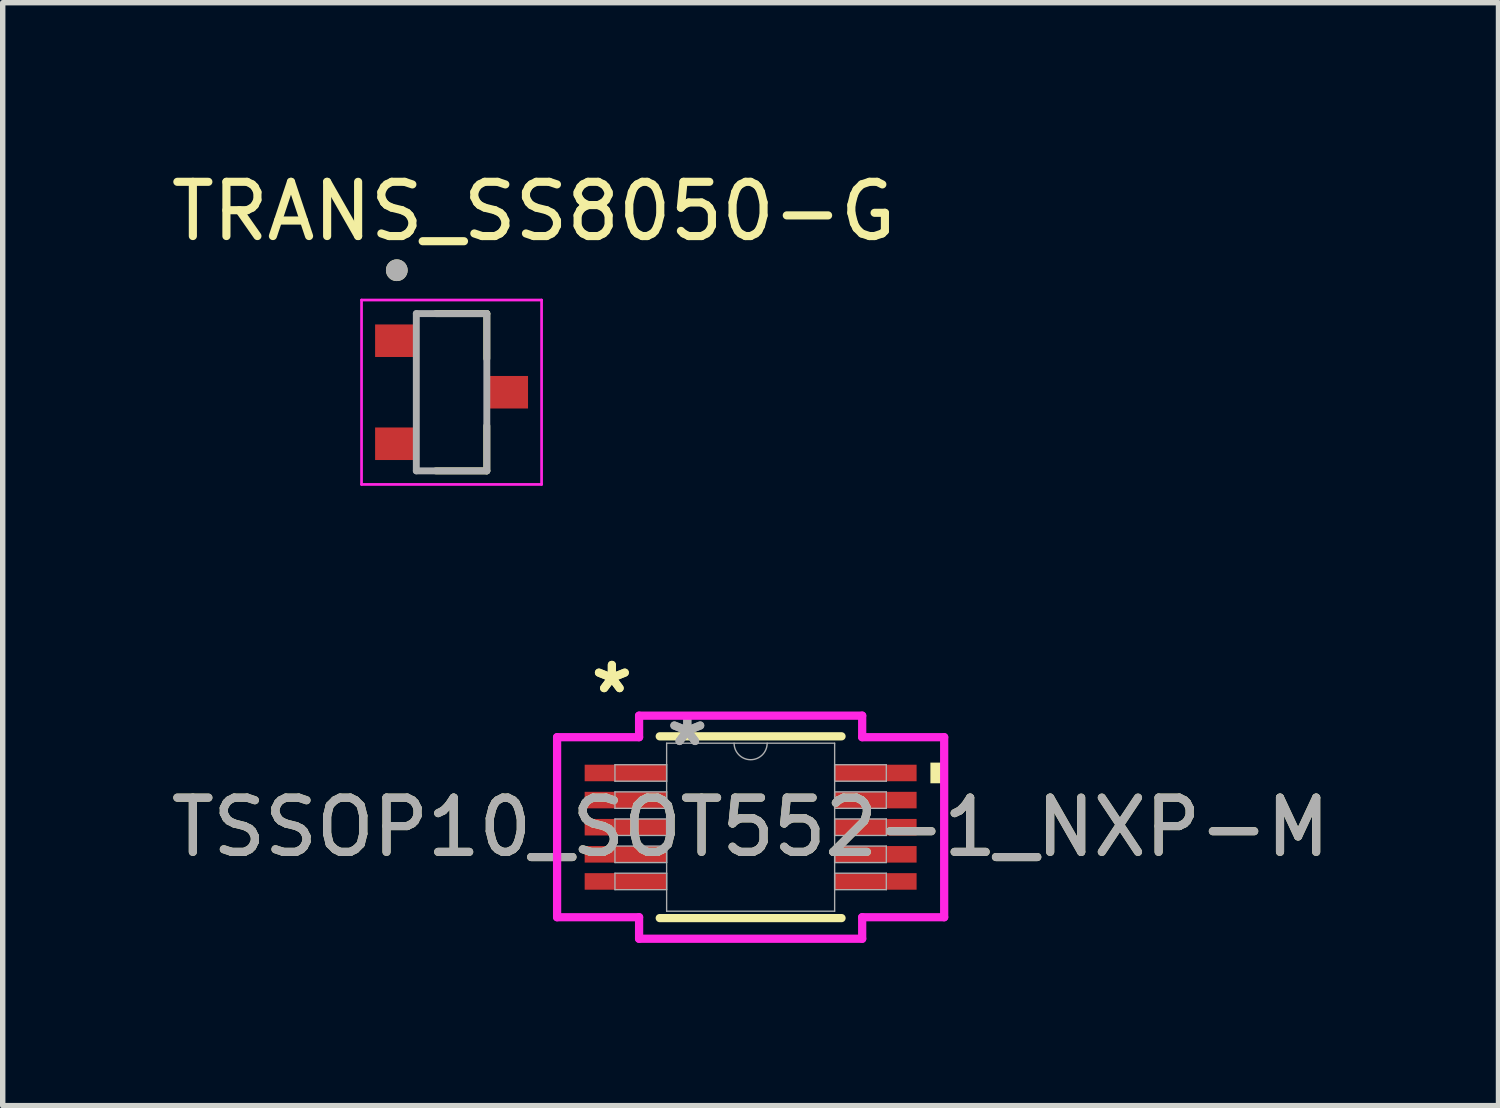
<source format=kicad_pcb>
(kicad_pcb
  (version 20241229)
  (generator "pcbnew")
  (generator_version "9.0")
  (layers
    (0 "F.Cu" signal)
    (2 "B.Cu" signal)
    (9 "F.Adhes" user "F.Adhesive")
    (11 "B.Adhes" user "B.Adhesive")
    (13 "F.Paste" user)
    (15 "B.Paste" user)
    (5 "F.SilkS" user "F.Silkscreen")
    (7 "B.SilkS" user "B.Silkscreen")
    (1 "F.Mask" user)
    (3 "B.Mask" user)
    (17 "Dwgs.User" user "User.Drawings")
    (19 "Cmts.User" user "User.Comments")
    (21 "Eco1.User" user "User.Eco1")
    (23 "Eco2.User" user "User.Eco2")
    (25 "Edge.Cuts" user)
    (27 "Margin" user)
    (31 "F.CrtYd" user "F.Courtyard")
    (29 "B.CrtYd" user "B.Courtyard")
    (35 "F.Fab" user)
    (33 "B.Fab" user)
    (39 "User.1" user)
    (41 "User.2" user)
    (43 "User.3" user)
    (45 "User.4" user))
  (footprint "TRANS_SS8050-G"
    (layer "F.Cu")
    (at 5.277 4.183)
    (property "Reference" "TRANS_SS8050-G" (at 1.515 -3.335 0) (layer "F.SilkS") (effects (font (size 1 1) (thickness 0.15))))
    (attr smd)
    (fp_line (start -0.29 -1.45) (end 0.65 -1.45) (stroke (width 0.127) (type solid)) (layer "F.SilkS"))
    (fp_line (start 0.65 -0.62) (end 0.65 -1.45) (stroke (width 0.127) (type solid)) (layer "F.SilkS"))
    (fp_line (start 0.65 1.45) (end -0.29 1.45) (stroke (width 0.127) (type solid)) (layer "F.SilkS"))
    (fp_line (start 0.65 1.45) (end 0.65 0.62) (stroke (width 0.127) (type solid)) (layer "F.SilkS"))
    (fp_circle (center -1.01 -2.25) (end -0.91 -2.25) (stroke (width 0.2) (type solid)) (fill no) (layer "F.SilkS"))
    (fp_line (start -1.66 -1.7) (end -1.66 1.7) (stroke (width 0.05) (type solid)) (layer "F.CrtYd"))
    (fp_line (start -1.66 1.7) (end 1.66 1.7) (stroke (width 0.05) (type solid)) (layer "F.CrtYd"))
    (fp_line (start 1.66 -1.7) (end -1.66 -1.7) (stroke (width 0.05) (type solid)) (layer "F.CrtYd"))
    (fp_line (start 1.66 1.7) (end 1.66 -1.7) (stroke (width 0.05) (type solid)) (layer "F.CrtYd"))
    (fp_line (start -0.65 -1.45) (end -0.65 1.45) (stroke (width 0.127) (type solid)) (layer "F.Fab"))
    (fp_line (start -0.65 -1.45) (end 0.65 -1.45) (stroke (width 0.127) (type solid)) (layer "F.Fab"))
    (fp_line (start 0.65 1.45) (end -0.65 1.45) (stroke (width 0.127) (type solid)) (layer "F.Fab"))
    (fp_line (start 0.65 1.45) (end 0.65 -1.45) (stroke (width 0.127) (type solid)) (layer "F.Fab"))
    (fp_circle (center -1.01 -2.25) (end -0.91 -2.25) (stroke (width 0.2) (type solid)) (fill no) (layer "F.Fab"))
    (pad "1" smd rect (at -1.01 -0.95) (size 0.8 0.6) (layers "F.Cu" "F.Mask" "F.Paste"))
    (pad "2" smd rect (at -1.01 0.95) (size 0.8 0.6) (layers "F.Cu" "F.Mask" "F.Paste"))
    (pad "3" smd rect (at 1.01 0) (size 0.8 0.6) (layers "F.Cu" "F.Mask" "F.Paste")))
  (footprint "TSSOP10_SOT552-1_NXP-M"
    (layer "F.Cu")
    (at 10.792 12.204)
    (property "Reference" "TSSOP10_SOT552-1_NXP-M" (at 0 0 0) (unlocked yes) (layer "F.SilkS") (effects (font (size 1 1) (thickness 0.15))))
    (attr smd)
    (fp_line (start -1.676 1.676) (end 1.676 1.676) (stroke (width 0.152) (type solid)) (layer "F.SilkS"))
    (fp_line (start 1.676 -1.676) (end -1.676 -1.676) (stroke (width 0.152) (type solid)) (layer "F.SilkS"))
    (fp_poly (pts (xy 3.569 -1.191) (xy 3.569 -0.81) (xy 3.315 -0.81) (xy 3.315 -1.191)) (stroke (width 0) (type solid)) (fill yes) (layer "F.SilkS"))
    (fp_line (start -3.569 -1.66) (end -2.057 -1.66) (stroke (width 0.152) (type solid)) (layer "F.CrtYd"))
    (fp_line (start -3.569 1.66) (end -3.569 -1.66) (stroke (width 0.152) (type solid)) (layer "F.CrtYd"))
    (fp_line (start -3.569 1.66) (end -2.057 1.66) (stroke (width 0.152) (type solid)) (layer "F.CrtYd"))
    (fp_line (start -2.057 -2.057) (end 2.057 -2.057) (stroke (width 0.152) (type solid)) (layer "F.CrtYd"))
    (fp_line (start -2.057 -1.66) (end -2.057 -2.057) (stroke (width 0.152) (type solid)) (layer "F.CrtYd"))
    (fp_line (start -2.057 2.057) (end -2.057 1.66) (stroke (width 0.152) (type solid)) (layer "F.CrtYd"))
    (fp_line (start 2.057 -2.057) (end 2.057 -1.66) (stroke (width 0.152) (type solid)) (layer "F.CrtYd"))
    (fp_line (start 2.057 1.66) (end 2.057 2.057) (stroke (width 0.152) (type solid)) (layer "F.CrtYd"))
    (fp_line (start 2.057 2.057) (end -2.057 2.057) (stroke (width 0.152) (type solid)) (layer "F.CrtYd"))
    (fp_line (start 3.569 -1.66) (end 2.057 -1.66) (stroke (width 0.152) (type solid)) (layer "F.CrtYd"))
    (fp_line (start 3.569 -1.66) (end 3.569 1.66) (stroke (width 0.152) (type solid)) (layer "F.CrtYd"))
    (fp_line (start 3.569 1.66) (end 2.057 1.66) (stroke (width 0.152) (type solid)) (layer "F.CrtYd"))
    (fp_line (start -2.502 -1.152) (end -2.502 -0.848) (stroke (width 0.025) (type solid)) (layer "F.Fab"))
    (fp_line (start -2.502 -0.848) (end -1.549 -0.848) (stroke (width 0.025) (type solid)) (layer "F.Fab"))
    (fp_line (start -2.502 -0.652) (end -2.502 -0.348) (stroke (width 0.025) (type solid)) (layer "F.Fab"))
    (fp_line (start -2.502 -0.348) (end -1.549 -0.348) (stroke (width 0.025) (type solid)) (layer "F.Fab"))
    (fp_line (start -2.502 -0.152) (end -2.502 0.152) (stroke (width 0.025) (type solid)) (layer "F.Fab"))
    (fp_line (start -2.502 0.152) (end -1.549 0.152) (stroke (width 0.025) (type solid)) (layer "F.Fab"))
    (fp_line (start -2.502 0.348) (end -2.502 0.652) (stroke (width 0.025) (type solid)) (layer "F.Fab"))
    (fp_line (start -2.502 0.652) (end -1.549 0.652) (stroke (width 0.025) (type solid)) (layer "F.Fab"))
    (fp_line (start -2.502 0.848) (end -2.502 1.152) (stroke (width 0.025) (type solid)) (layer "F.Fab"))
    (fp_line (start -2.502 1.152) (end -1.549 1.152) (stroke (width 0.025) (type solid)) (layer "F.Fab"))
    (fp_line (start -1.549 -1.549) (end -1.549 1.549) (stroke (width 0.025) (type solid)) (layer "F.Fab"))
    (fp_line (start -1.549 -1.152) (end -2.502 -1.152) (stroke (width 0.025) (type solid)) (layer "F.Fab"))
    (fp_line (start -1.549 -0.848) (end -1.549 -1.152) (stroke (width 0.025) (type solid)) (layer "F.Fab"))
    (fp_line (start -1.549 -0.652) (end -2.502 -0.652) (stroke (width 0.025) (type solid)) (layer "F.Fab"))
    (fp_line (start -1.549 -0.348) (end -1.549 -0.652) (stroke (width 0.025) (type solid)) (layer "F.Fab"))
    (fp_line (start -1.549 -0.152) (end -2.502 -0.152) (stroke (width 0.025) (type solid)) (layer "F.Fab"))
    (fp_line (start -1.549 0.152) (end -1.549 -0.152) (stroke (width 0.025) (type solid)) (layer "F.Fab"))
    (fp_line (start -1.549 0.348) (end -2.502 0.348) (stroke (width 0.025) (type solid)) (layer "F.Fab"))
    (fp_line (start -1.549 0.652) (end -1.549 0.348) (stroke (width 0.025) (type solid)) (layer "F.Fab"))
    (fp_line (start -1.549 0.848) (end -2.502 0.848) (stroke (width 0.025) (type solid)) (layer "F.Fab"))
    (fp_line (start -1.549 1.152) (end -1.549 0.848) (stroke (width 0.025) (type solid)) (layer "F.Fab"))
    (fp_line (start -1.549 1.549) (end 1.549 1.549) (stroke (width 0.025) (type solid)) (layer "F.Fab"))
    (fp_line (start 1.549 -1.549) (end -1.549 -1.549) (stroke (width 0.025) (type solid)) (layer "F.Fab"))
    (fp_line (start 1.549 -1.152) (end 1.549 -0.848) (stroke (width 0.025) (type solid)) (layer "F.Fab"))
    (fp_line (start 1.549 -0.848) (end 2.502 -0.848) (stroke (width 0.025) (type solid)) (layer "F.Fab"))
    (fp_line (start 1.549 -0.652) (end 1.549 -0.348) (stroke (width 0.025) (type solid)) (layer "F.Fab"))
    (fp_line (start 1.549 -0.348) (end 2.502 -0.348) (stroke (width 0.025) (type solid)) (layer "F.Fab"))
    (fp_line (start 1.549 -0.152) (end 1.549 0.152) (stroke (width 0.025) (type solid)) (layer "F.Fab"))
    (fp_line (start 1.549 0.152) (end 2.502 0.152) (stroke (width 0.025) (type solid)) (layer "F.Fab"))
    (fp_line (start 1.549 0.348) (end 1.549 0.652) (stroke (width 0.025) (type solid)) (layer "F.Fab"))
    (fp_line (start 1.549 0.652) (end 2.502 0.652) (stroke (width 0.025) (type solid)) (layer "F.Fab"))
    (fp_line (start 1.549 0.848) (end 1.549 1.152) (stroke (width 0.025) (type solid)) (layer "F.Fab"))
    (fp_line (start 1.549 1.152) (end 2.502 1.152) (stroke (width 0.025) (type solid)) (layer "F.Fab"))
    (fp_line (start 1.549 1.549) (end 1.549 -1.549) (stroke (width 0.025) (type solid)) (layer "F.Fab"))
    (fp_line (start 2.502 -1.152) (end 1.549 -1.152) (stroke (width 0.025) (type solid)) (layer "F.Fab"))
    (fp_line (start 2.502 -0.848) (end 2.502 -1.152) (stroke (width 0.025) (type solid)) (layer "F.Fab"))
    (fp_line (start 2.502 -0.652) (end 1.549 -0.652) (stroke (width 0.025) (type solid)) (layer "F.Fab"))
    (fp_line (start 2.502 -0.348) (end 2.502 -0.652) (stroke (width 0.025) (type solid)) (layer "F.Fab"))
    (fp_line (start 2.502 -0.152) (end 1.549 -0.152) (stroke (width 0.025) (type solid)) (layer "F.Fab"))
    (fp_line (start 2.502 0.152) (end 2.502 -0.152) (stroke (width 0.025) (type solid)) (layer "F.Fab"))
    (fp_line (start 2.502 0.348) (end 1.549 0.348) (stroke (width 0.025) (type solid)) (layer "F.Fab"))
    (fp_line (start 2.502 0.652) (end 2.502 0.348) (stroke (width 0.025) (type solid)) (layer "F.Fab"))
    (fp_line (start 2.502 0.848) (end 1.549 0.848) (stroke (width 0.025) (type solid)) (layer "F.Fab"))
    (fp_line (start 2.502 1.152) (end 2.502 0.848) (stroke (width 0.025) (type solid)) (layer "F.Fab"))
    (fp_arc (start 0.3048 -1.5494) (mid 0 -1.2446) (end -0.3048 -1.5494) (stroke (width 0.0254) (type solid)) (layer "F.Fab"))
    (fp_text user "*" (at -2.559 -2.448 0) (layer "F.SilkS") (effects (font (size 1 1) (thickness 0.15))))
    (fp_text user "*" (at -2.559 -2.448 0) (unlocked yes) (layer "F.SilkS") (effects (font (size 1 1) (thickness 0.15))))
    (fp_text user "${REFERENCE}" (at 0 0 0) (unlocked yes) (layer "F.Fab") (effects (font (size 1 1) (thickness 0.15))))
    (fp_text user "*" (at -1.168 -1.473 0) (layer "F.Fab") (effects (font (size 1 1) (thickness 0.15))))
    (fp_text user "*" (at -1.168 -1.473 0) (unlocked yes) (layer "F.Fab") (effects (font (size 1 1) (thickness 0.15))))
    (pad "1" smd rect (at -2.305 -1) (size 1.511 0.305) (layers "F.Cu" "F.Mask" "F.Paste"))
    (pad "2" smd rect (at -2.305 -0.5) (size 1.511 0.305) (layers "F.Cu" "F.Mask" "F.Paste"))
    (pad "3" smd rect (at -2.305 0) (size 1.511 0.305) (layers "F.Cu" "F.Mask" "F.Paste"))
    (pad "4" smd rect (at -2.305 0.5) (size 1.511 0.305) (layers "F.Cu" "F.Mask" "F.Paste"))
    (pad "5" smd rect (at -2.305 1) (size 1.511 0.305) (layers "F.Cu" "F.Mask" "F.Paste"))
    (pad "6" smd rect (at 2.305 1) (size 1.511 0.305) (layers "F.Cu" "F.Mask" "F.Paste"))
    (pad "7" smd rect (at 2.305 0.5) (size 1.511 0.305) (layers "F.Cu" "F.Mask" "F.Paste"))
    (pad "8" smd rect (at 2.305 0) (size 1.511 0.305) (layers "F.Cu" "F.Mask" "F.Paste"))
    (pad "9" smd rect (at 2.305 -0.5) (size 1.511 0.305) (layers "F.Cu" "F.Mask" "F.Paste"))
    (pad "10" smd rect (at 2.305 -1) (size 1.511 0.305) (layers "F.Cu" "F.Mask" "F.Paste")))
  (gr_rect
    (start -3 -3)
    (end 24.583 17.338)
    (stroke (width 0.1) (type default))
    (fill no)
    (layer "Edge.Cuts")))
</source>
